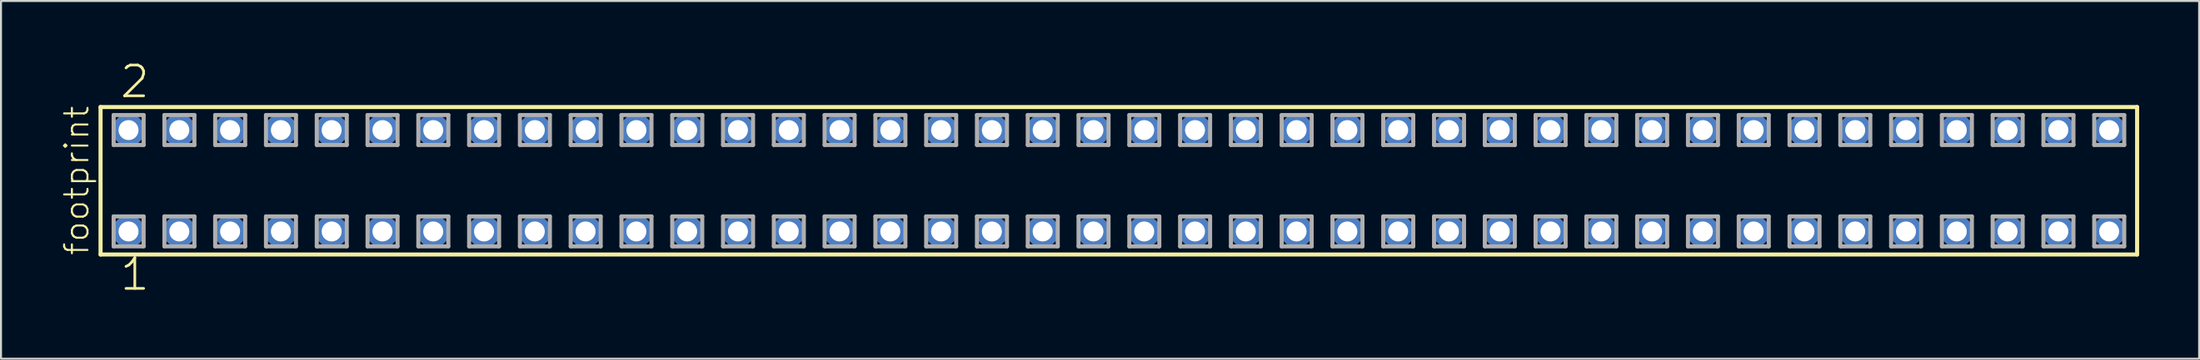
<source format=kicad_pcb>
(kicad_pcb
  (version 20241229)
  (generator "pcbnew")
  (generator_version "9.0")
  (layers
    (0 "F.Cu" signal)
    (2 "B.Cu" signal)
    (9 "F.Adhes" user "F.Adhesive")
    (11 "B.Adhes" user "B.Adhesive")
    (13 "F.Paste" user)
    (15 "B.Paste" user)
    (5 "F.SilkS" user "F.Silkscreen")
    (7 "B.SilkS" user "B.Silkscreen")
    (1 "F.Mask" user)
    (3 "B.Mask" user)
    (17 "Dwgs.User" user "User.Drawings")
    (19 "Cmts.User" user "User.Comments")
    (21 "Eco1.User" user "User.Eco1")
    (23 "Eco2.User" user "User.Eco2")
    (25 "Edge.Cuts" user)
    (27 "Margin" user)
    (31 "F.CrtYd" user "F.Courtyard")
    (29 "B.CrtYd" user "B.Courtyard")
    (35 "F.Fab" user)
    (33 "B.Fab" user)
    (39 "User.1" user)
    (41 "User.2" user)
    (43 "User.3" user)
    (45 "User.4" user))
  (footprint "footprint"
    (layer "F.Cu")
    (at 52.908 6.009)
    (property "Reference" "footprint" (at -51.435 3.81 90) (layer "F.SilkS") (effects (font (size 1.168 1.168) (thickness 0.102)) (justify left bottom)))
    (fp_line (start -50.929 -3.695) (end 50.929 -3.695) (stroke (width 0.203) (type solid)) (layer "F.SilkS"))
    (fp_line (start -50.929 3.695) (end -50.929 -3.695) (stroke (width 0.203) (type solid)) (layer "F.SilkS"))
    (fp_line (start 50.929 -3.695) (end 50.929 3.695) (stroke (width 0.203) (type solid)) (layer "F.SilkS"))
    (fp_line (start 50.929 3.695) (end -50.929 3.695) (stroke (width 0.203) (type solid)) (layer "F.SilkS"))
    (fp_line (start -50.275 -3.295) (end -48.775 -3.295) (stroke (width 0.203) (type solid)) (layer "F.Fab"))
    (fp_line (start -50.275 -1.795) (end -50.275 -3.295) (stroke (width 0.203) (type solid)) (layer "F.Fab"))
    (fp_line (start -50.275 1.785) (end -48.775 1.785) (stroke (width 0.203) (type solid)) (layer "F.Fab"))
    (fp_line (start -50.275 3.285) (end -50.275 1.785) (stroke (width 0.203) (type solid)) (layer "F.Fab"))
    (fp_line (start -48.775 -3.295) (end -48.775 -1.795) (stroke (width 0.203) (type solid)) (layer "F.Fab"))
    (fp_line (start -48.775 -1.795) (end -50.275 -1.795) (stroke (width 0.203) (type solid)) (layer "F.Fab"))
    (fp_line (start -48.775 1.785) (end -48.775 3.285) (stroke (width 0.203) (type solid)) (layer "F.Fab"))
    (fp_line (start -48.775 3.285) (end -50.275 3.285) (stroke (width 0.203) (type solid)) (layer "F.Fab"))
    (fp_line (start -47.735 -3.295) (end -46.235 -3.295) (stroke (width 0.203) (type solid)) (layer "F.Fab"))
    (fp_line (start -47.735 -1.795) (end -47.735 -3.295) (stroke (width 0.203) (type solid)) (layer "F.Fab"))
    (fp_line (start -47.735 1.785) (end -46.235 1.785) (stroke (width 0.203) (type solid)) (layer "F.Fab"))
    (fp_line (start -47.735 3.285) (end -47.735 1.785) (stroke (width 0.203) (type solid)) (layer "F.Fab"))
    (fp_line (start -46.235 -3.295) (end -46.235 -1.795) (stroke (width 0.203) (type solid)) (layer "F.Fab"))
    (fp_line (start -46.235 -1.795) (end -47.735 -1.795) (stroke (width 0.203) (type solid)) (layer "F.Fab"))
    (fp_line (start -46.235 1.785) (end -46.235 3.285) (stroke (width 0.203) (type solid)) (layer "F.Fab"))
    (fp_line (start -46.235 3.285) (end -47.735 3.285) (stroke (width 0.203) (type solid)) (layer "F.Fab"))
    (fp_line (start -45.195 -3.295) (end -43.695 -3.295) (stroke (width 0.203) (type solid)) (layer "F.Fab"))
    (fp_line (start -45.195 -1.795) (end -45.195 -3.295) (stroke (width 0.203) (type solid)) (layer "F.Fab"))
    (fp_line (start -45.195 1.785) (end -43.695 1.785) (stroke (width 0.203) (type solid)) (layer "F.Fab"))
    (fp_line (start -45.195 3.285) (end -45.195 1.785) (stroke (width 0.203) (type solid)) (layer "F.Fab"))
    (fp_line (start -43.695 -3.295) (end -43.695 -1.795) (stroke (width 0.203) (type solid)) (layer "F.Fab"))
    (fp_line (start -43.695 -1.795) (end -45.195 -1.795) (stroke (width 0.203) (type solid)) (layer "F.Fab"))
    (fp_line (start -43.695 1.785) (end -43.695 3.285) (stroke (width 0.203) (type solid)) (layer "F.Fab"))
    (fp_line (start -43.695 3.285) (end -45.195 3.285) (stroke (width 0.203) (type solid)) (layer "F.Fab"))
    (fp_line (start -42.655 -3.295) (end -41.155 -3.295) (stroke (width 0.203) (type solid)) (layer "F.Fab"))
    (fp_line (start -42.655 -1.795) (end -42.655 -3.295) (stroke (width 0.203) (type solid)) (layer "F.Fab"))
    (fp_line (start -42.655 1.785) (end -41.155 1.785) (stroke (width 0.203) (type solid)) (layer "F.Fab"))
    (fp_line (start -42.655 3.285) (end -42.655 1.785) (stroke (width 0.203) (type solid)) (layer "F.Fab"))
    (fp_line (start -41.155 -3.295) (end -41.155 -1.795) (stroke (width 0.203) (type solid)) (layer "F.Fab"))
    (fp_line (start -41.155 -1.795) (end -42.655 -1.795) (stroke (width 0.203) (type solid)) (layer "F.Fab"))
    (fp_line (start -41.155 1.785) (end -41.155 3.285) (stroke (width 0.203) (type solid)) (layer "F.Fab"))
    (fp_line (start -41.155 3.285) (end -42.655 3.285) (stroke (width 0.203) (type solid)) (layer "F.Fab"))
    (fp_line (start -40.115 -3.295) (end -38.615 -3.295) (stroke (width 0.203) (type solid)) (layer "F.Fab"))
    (fp_line (start -40.115 -1.795) (end -40.115 -3.295) (stroke (width 0.203) (type solid)) (layer "F.Fab"))
    (fp_line (start -40.115 1.785) (end -38.615 1.785) (stroke (width 0.203) (type solid)) (layer "F.Fab"))
    (fp_line (start -40.115 3.285) (end -40.115 1.785) (stroke (width 0.203) (type solid)) (layer "F.Fab"))
    (fp_line (start -38.615 -3.295) (end -38.615 -1.795) (stroke (width 0.203) (type solid)) (layer "F.Fab"))
    (fp_line (start -38.615 -1.795) (end -40.115 -1.795) (stroke (width 0.203) (type solid)) (layer "F.Fab"))
    (fp_line (start -38.615 1.785) (end -38.615 3.285) (stroke (width 0.203) (type solid)) (layer "F.Fab"))
    (fp_line (start -38.615 3.285) (end -40.115 3.285) (stroke (width 0.203) (type solid)) (layer "F.Fab"))
    (fp_line (start -37.575 -3.295) (end -36.075 -3.295) (stroke (width 0.203) (type solid)) (layer "F.Fab"))
    (fp_line (start -37.575 -1.795) (end -37.575 -3.295) (stroke (width 0.203) (type solid)) (layer "F.Fab"))
    (fp_line (start -37.575 1.785) (end -36.075 1.785) (stroke (width 0.203) (type solid)) (layer "F.Fab"))
    (fp_line (start -37.575 3.285) (end -37.575 1.785) (stroke (width 0.203) (type solid)) (layer "F.Fab"))
    (fp_line (start -36.075 -3.295) (end -36.075 -1.795) (stroke (width 0.203) (type solid)) (layer "F.Fab"))
    (fp_line (start -36.075 -1.795) (end -37.575 -1.795) (stroke (width 0.203) (type solid)) (layer "F.Fab"))
    (fp_line (start -36.075 1.785) (end -36.075 3.285) (stroke (width 0.203) (type solid)) (layer "F.Fab"))
    (fp_line (start -36.075 3.285) (end -37.575 3.285) (stroke (width 0.203) (type solid)) (layer "F.Fab"))
    (fp_line (start -35.035 -3.295) (end -33.535 -3.295) (stroke (width 0.203) (type solid)) (layer "F.Fab"))
    (fp_line (start -35.035 -1.795) (end -35.035 -3.295) (stroke (width 0.203) (type solid)) (layer "F.Fab"))
    (fp_line (start -35.035 1.785) (end -33.535 1.785) (stroke (width 0.203) (type solid)) (layer "F.Fab"))
    (fp_line (start -35.035 3.285) (end -35.035 1.785) (stroke (width 0.203) (type solid)) (layer "F.Fab"))
    (fp_line (start -33.535 -3.295) (end -33.535 -1.795) (stroke (width 0.203) (type solid)) (layer "F.Fab"))
    (fp_line (start -33.535 -1.795) (end -35.035 -1.795) (stroke (width 0.203) (type solid)) (layer "F.Fab"))
    (fp_line (start -33.535 1.785) (end -33.535 3.285) (stroke (width 0.203) (type solid)) (layer "F.Fab"))
    (fp_line (start -33.535 3.285) (end -35.035 3.285) (stroke (width 0.203) (type solid)) (layer "F.Fab"))
    (fp_line (start -32.495 -3.295) (end -30.995 -3.295) (stroke (width 0.203) (type solid)) (layer "F.Fab"))
    (fp_line (start -32.495 -1.795) (end -32.495 -3.295) (stroke (width 0.203) (type solid)) (layer "F.Fab"))
    (fp_line (start -32.495 1.785) (end -30.995 1.785) (stroke (width 0.203) (type solid)) (layer "F.Fab"))
    (fp_line (start -32.495 3.285) (end -32.495 1.785) (stroke (width 0.203) (type solid)) (layer "F.Fab"))
    (fp_line (start -30.995 -3.295) (end -30.995 -1.795) (stroke (width 0.203) (type solid)) (layer "F.Fab"))
    (fp_line (start -30.995 -1.795) (end -32.495 -1.795) (stroke (width 0.203) (type solid)) (layer "F.Fab"))
    (fp_line (start -30.995 1.785) (end -30.995 3.285) (stroke (width 0.203) (type solid)) (layer "F.Fab"))
    (fp_line (start -30.995 3.285) (end -32.495 3.285) (stroke (width 0.203) (type solid)) (layer "F.Fab"))
    (fp_line (start -29.955 -3.295) (end -28.455 -3.295) (stroke (width 0.203) (type solid)) (layer "F.Fab"))
    (fp_line (start -29.955 -1.795) (end -29.955 -3.295) (stroke (width 0.203) (type solid)) (layer "F.Fab"))
    (fp_line (start -29.955 1.785) (end -28.455 1.785) (stroke (width 0.203) (type solid)) (layer "F.Fab"))
    (fp_line (start -29.955 3.285) (end -29.955 1.785) (stroke (width 0.203) (type solid)) (layer "F.Fab"))
    (fp_line (start -28.455 -3.295) (end -28.455 -1.795) (stroke (width 0.203) (type solid)) (layer "F.Fab"))
    (fp_line (start -28.455 -1.795) (end -29.955 -1.795) (stroke (width 0.203) (type solid)) (layer "F.Fab"))
    (fp_line (start -28.455 1.785) (end -28.455 3.285) (stroke (width 0.203) (type solid)) (layer "F.Fab"))
    (fp_line (start -28.455 3.285) (end -29.955 3.285) (stroke (width 0.203) (type solid)) (layer "F.Fab"))
    (fp_line (start -27.415 -3.295) (end -25.915 -3.295) (stroke (width 0.203) (type solid)) (layer "F.Fab"))
    (fp_line (start -27.415 -1.795) (end -27.415 -3.295) (stroke (width 0.203) (type solid)) (layer "F.Fab"))
    (fp_line (start -27.415 1.785) (end -25.915 1.785) (stroke (width 0.203) (type solid)) (layer "F.Fab"))
    (fp_line (start -27.415 3.285) (end -27.415 1.785) (stroke (width 0.203) (type solid)) (layer "F.Fab"))
    (fp_line (start -25.915 -3.295) (end -25.915 -1.795) (stroke (width 0.203) (type solid)) (layer "F.Fab"))
    (fp_line (start -25.915 -1.795) (end -27.415 -1.795) (stroke (width 0.203) (type solid)) (layer "F.Fab"))
    (fp_line (start -25.915 1.785) (end -25.915 3.285) (stroke (width 0.203) (type solid)) (layer "F.Fab"))
    (fp_line (start -25.915 3.285) (end -27.415 3.285) (stroke (width 0.203) (type solid)) (layer "F.Fab"))
    (fp_line (start -24.875 -3.295) (end -23.375 -3.295) (stroke (width 0.203) (type solid)) (layer "F.Fab"))
    (fp_line (start -24.875 -1.795) (end -24.875 -3.295) (stroke (width 0.203) (type solid)) (layer "F.Fab"))
    (fp_line (start -24.875 1.785) (end -23.375 1.785) (stroke (width 0.203) (type solid)) (layer "F.Fab"))
    (fp_line (start -24.875 3.285) (end -24.875 1.785) (stroke (width 0.203) (type solid)) (layer "F.Fab"))
    (fp_line (start -23.375 -3.295) (end -23.375 -1.795) (stroke (width 0.203) (type solid)) (layer "F.Fab"))
    (fp_line (start -23.375 -1.795) (end -24.875 -1.795) (stroke (width 0.203) (type solid)) (layer "F.Fab"))
    (fp_line (start -23.375 1.785) (end -23.375 3.285) (stroke (width 0.203) (type solid)) (layer "F.Fab"))
    (fp_line (start -23.375 3.285) (end -24.875 3.285) (stroke (width 0.203) (type solid)) (layer "F.Fab"))
    (fp_line (start -22.335 -3.295) (end -20.835 -3.295) (stroke (width 0.203) (type solid)) (layer "F.Fab"))
    (fp_line (start -22.335 -1.795) (end -22.335 -3.295) (stroke (width 0.203) (type solid)) (layer "F.Fab"))
    (fp_line (start -22.335 1.785) (end -20.835 1.785) (stroke (width 0.203) (type solid)) (layer "F.Fab"))
    (fp_line (start -22.335 3.285) (end -22.335 1.785) (stroke (width 0.203) (type solid)) (layer "F.Fab"))
    (fp_line (start -20.835 -3.295) (end -20.835 -1.795) (stroke (width 0.203) (type solid)) (layer "F.Fab"))
    (fp_line (start -20.835 -1.795) (end -22.335 -1.795) (stroke (width 0.203) (type solid)) (layer "F.Fab"))
    (fp_line (start -20.835 1.785) (end -20.835 3.285) (stroke (width 0.203) (type solid)) (layer "F.Fab"))
    (fp_line (start -20.835 3.285) (end -22.335 3.285) (stroke (width 0.203) (type solid)) (layer "F.Fab"))
    (fp_line (start -19.795 -3.295) (end -18.295 -3.295) (stroke (width 0.203) (type solid)) (layer "F.Fab"))
    (fp_line (start -19.795 -1.795) (end -19.795 -3.295) (stroke (width 0.203) (type solid)) (layer "F.Fab"))
    (fp_line (start -19.795 1.785) (end -18.295 1.785) (stroke (width 0.203) (type solid)) (layer "F.Fab"))
    (fp_line (start -19.795 3.285) (end -19.795 1.785) (stroke (width 0.203) (type solid)) (layer "F.Fab"))
    (fp_line (start -18.295 -3.295) (end -18.295 -1.795) (stroke (width 0.203) (type solid)) (layer "F.Fab"))
    (fp_line (start -18.295 -1.795) (end -19.795 -1.795) (stroke (width 0.203) (type solid)) (layer "F.Fab"))
    (fp_line (start -18.295 1.785) (end -18.295 3.285) (stroke (width 0.203) (type solid)) (layer "F.Fab"))
    (fp_line (start -18.295 3.285) (end -19.795 3.285) (stroke (width 0.203) (type solid)) (layer "F.Fab"))
    (fp_line (start -17.255 -3.295) (end -15.755 -3.295) (stroke (width 0.203) (type solid)) (layer "F.Fab"))
    (fp_line (start -17.255 -1.795) (end -17.255 -3.295) (stroke (width 0.203) (type solid)) (layer "F.Fab"))
    (fp_line (start -17.255 1.785) (end -15.755 1.785) (stroke (width 0.203) (type solid)) (layer "F.Fab"))
    (fp_line (start -17.255 3.285) (end -17.255 1.785) (stroke (width 0.203) (type solid)) (layer "F.Fab"))
    (fp_line (start -15.755 -3.295) (end -15.755 -1.795) (stroke (width 0.203) (type solid)) (layer "F.Fab"))
    (fp_line (start -15.755 -1.795) (end -17.255 -1.795) (stroke (width 0.203) (type solid)) (layer "F.Fab"))
    (fp_line (start -15.755 1.785) (end -15.755 3.285) (stroke (width 0.203) (type solid)) (layer "F.Fab"))
    (fp_line (start -15.755 3.285) (end -17.255 3.285) (stroke (width 0.203) (type solid)) (layer "F.Fab"))
    (fp_line (start -14.715 -3.295) (end -13.215 -3.295) (stroke (width 0.203) (type solid)) (layer "F.Fab"))
    (fp_line (start -14.715 -1.795) (end -14.715 -3.295) (stroke (width 0.203) (type solid)) (layer "F.Fab"))
    (fp_line (start -14.715 1.785) (end -13.215 1.785) (stroke (width 0.203) (type solid)) (layer "F.Fab"))
    (fp_line (start -14.715 3.285) (end -14.715 1.785) (stroke (width 0.203) (type solid)) (layer "F.Fab"))
    (fp_line (start -13.215 -3.295) (end -13.215 -1.795) (stroke (width 0.203) (type solid)) (layer "F.Fab"))
    (fp_line (start -13.215 -1.795) (end -14.715 -1.795) (stroke (width 0.203) (type solid)) (layer "F.Fab"))
    (fp_line (start -13.215 1.785) (end -13.215 3.285) (stroke (width 0.203) (type solid)) (layer "F.Fab"))
    (fp_line (start -13.215 3.285) (end -14.715 3.285) (stroke (width 0.203) (type solid)) (layer "F.Fab"))
    (fp_line (start -12.175 -3.295) (end -10.675 -3.295) (stroke (width 0.203) (type solid)) (layer "F.Fab"))
    (fp_line (start -12.175 -1.795) (end -12.175 -3.295) (stroke (width 0.203) (type solid)) (layer "F.Fab"))
    (fp_line (start -12.175 1.785) (end -10.675 1.785) (stroke (width 0.203) (type solid)) (layer "F.Fab"))
    (fp_line (start -12.175 3.285) (end -12.175 1.785) (stroke (width 0.203) (type solid)) (layer "F.Fab"))
    (fp_line (start -10.675 -3.295) (end -10.675 -1.795) (stroke (width 0.203) (type solid)) (layer "F.Fab"))
    (fp_line (start -10.675 -1.795) (end -12.175 -1.795) (stroke (width 0.203) (type solid)) (layer "F.Fab"))
    (fp_line (start -10.675 1.785) (end -10.675 3.285) (stroke (width 0.203) (type solid)) (layer "F.Fab"))
    (fp_line (start -10.675 3.285) (end -12.175 3.285) (stroke (width 0.203) (type solid)) (layer "F.Fab"))
    (fp_line (start -9.635 -3.295) (end -8.135 -3.295) (stroke (width 0.203) (type solid)) (layer "F.Fab"))
    (fp_line (start -9.635 -1.795) (end -9.635 -3.295) (stroke (width 0.203) (type solid)) (layer "F.Fab"))
    (fp_line (start -9.635 1.785) (end -8.135 1.785) (stroke (width 0.203) (type solid)) (layer "F.Fab"))
    (fp_line (start -9.635 3.285) (end -9.635 1.785) (stroke (width 0.203) (type solid)) (layer "F.Fab"))
    (fp_line (start -8.135 -3.295) (end -8.135 -1.795) (stroke (width 0.203) (type solid)) (layer "F.Fab"))
    (fp_line (start -8.135 -1.795) (end -9.635 -1.795) (stroke (width 0.203) (type solid)) (layer "F.Fab"))
    (fp_line (start -8.135 1.785) (end -8.135 3.285) (stroke (width 0.203) (type solid)) (layer "F.Fab"))
    (fp_line (start -8.135 3.285) (end -9.635 3.285) (stroke (width 0.203) (type solid)) (layer "F.Fab"))
    (fp_line (start -7.095 -3.295) (end -5.595 -3.295) (stroke (width 0.203) (type solid)) (layer "F.Fab"))
    (fp_line (start -7.095 -1.795) (end -7.095 -3.295) (stroke (width 0.203) (type solid)) (layer "F.Fab"))
    (fp_line (start -7.095 1.785) (end -5.595 1.785) (stroke (width 0.203) (type solid)) (layer "F.Fab"))
    (fp_line (start -7.095 3.285) (end -7.095 1.785) (stroke (width 0.203) (type solid)) (layer "F.Fab"))
    (fp_line (start -5.595 -3.295) (end -5.595 -1.795) (stroke (width 0.203) (type solid)) (layer "F.Fab"))
    (fp_line (start -5.595 -1.795) (end -7.095 -1.795) (stroke (width 0.203) (type solid)) (layer "F.Fab"))
    (fp_line (start -5.595 1.785) (end -5.595 3.285) (stroke (width 0.203) (type solid)) (layer "F.Fab"))
    (fp_line (start -5.595 3.285) (end -7.095 3.285) (stroke (width 0.203) (type solid)) (layer "F.Fab"))
    (fp_line (start -4.555 -3.295) (end -3.055 -3.295) (stroke (width 0.203) (type solid)) (layer "F.Fab"))
    (fp_line (start -4.555 -1.795) (end -4.555 -3.295) (stroke (width 0.203) (type solid)) (layer "F.Fab"))
    (fp_line (start -4.555 1.785) (end -3.055 1.785) (stroke (width 0.203) (type solid)) (layer "F.Fab"))
    (fp_line (start -4.555 3.285) (end -4.555 1.785) (stroke (width 0.203) (type solid)) (layer "F.Fab"))
    (fp_line (start -3.055 -3.295) (end -3.055 -1.795) (stroke (width 0.203) (type solid)) (layer "F.Fab"))
    (fp_line (start -3.055 -1.795) (end -4.555 -1.795) (stroke (width 0.203) (type solid)) (layer "F.Fab"))
    (fp_line (start -3.055 1.785) (end -3.055 3.285) (stroke (width 0.203) (type solid)) (layer "F.Fab"))
    (fp_line (start -3.055 3.285) (end -4.555 3.285) (stroke (width 0.203) (type solid)) (layer "F.Fab"))
    (fp_line (start -2.015 -3.295) (end -0.515 -3.295) (stroke (width 0.203) (type solid)) (layer "F.Fab"))
    (fp_line (start -2.015 -1.795) (end -2.015 -3.295) (stroke (width 0.203) (type solid)) (layer "F.Fab"))
    (fp_line (start -2.015 1.785) (end -0.515 1.785) (stroke (width 0.203) (type solid)) (layer "F.Fab"))
    (fp_line (start -2.015 3.285) (end -2.015 1.785) (stroke (width 0.203) (type solid)) (layer "F.Fab"))
    (fp_line (start -0.515 -3.295) (end -0.515 -1.795) (stroke (width 0.203) (type solid)) (layer "F.Fab"))
    (fp_line (start -0.515 -1.795) (end -2.015 -1.795) (stroke (width 0.203) (type solid)) (layer "F.Fab"))
    (fp_line (start -0.515 1.785) (end -0.515 3.285) (stroke (width 0.203) (type solid)) (layer "F.Fab"))
    (fp_line (start -0.515 3.285) (end -2.015 3.285) (stroke (width 0.203) (type solid)) (layer "F.Fab"))
    (fp_line (start 0.525 -3.295) (end 2.025 -3.295) (stroke (width 0.203) (type solid)) (layer "F.Fab"))
    (fp_line (start 0.525 -1.795) (end 0.525 -3.295) (stroke (width 0.203) (type solid)) (layer "F.Fab"))
    (fp_line (start 0.525 1.785) (end 2.025 1.785) (stroke (width 0.203) (type solid)) (layer "F.Fab"))
    (fp_line (start 0.525 3.285) (end 0.525 1.785) (stroke (width 0.203) (type solid)) (layer "F.Fab"))
    (fp_line (start 2.025 -3.295) (end 2.025 -1.795) (stroke (width 0.203) (type solid)) (layer "F.Fab"))
    (fp_line (start 2.025 -1.795) (end 0.525 -1.795) (stroke (width 0.203) (type solid)) (layer "F.Fab"))
    (fp_line (start 2.025 1.785) (end 2.025 3.285) (stroke (width 0.203) (type solid)) (layer "F.Fab"))
    (fp_line (start 2.025 3.285) (end 0.525 3.285) (stroke (width 0.203) (type solid)) (layer "F.Fab"))
    (fp_line (start 3.065 -3.295) (end 4.565 -3.295) (stroke (width 0.203) (type solid)) (layer "F.Fab"))
    (fp_line (start 3.065 -1.795) (end 3.065 -3.295) (stroke (width 0.203) (type solid)) (layer "F.Fab"))
    (fp_line (start 3.065 1.785) (end 4.565 1.785) (stroke (width 0.203) (type solid)) (layer "F.Fab"))
    (fp_line (start 3.065 3.285) (end 3.065 1.785) (stroke (width 0.203) (type solid)) (layer "F.Fab"))
    (fp_line (start 4.565 -3.295) (end 4.565 -1.795) (stroke (width 0.203) (type solid)) (layer "F.Fab"))
    (fp_line (start 4.565 -1.795) (end 3.065 -1.795) (stroke (width 0.203) (type solid)) (layer "F.Fab"))
    (fp_line (start 4.565 1.785) (end 4.565 3.285) (stroke (width 0.203) (type solid)) (layer "F.Fab"))
    (fp_line (start 4.565 3.285) (end 3.065 3.285) (stroke (width 0.203) (type solid)) (layer "F.Fab"))
    (fp_line (start 5.605 -3.295) (end 7.105 -3.295) (stroke (width 0.203) (type solid)) (layer "F.Fab"))
    (fp_line (start 5.605 -1.795) (end 5.605 -3.295) (stroke (width 0.203) (type solid)) (layer "F.Fab"))
    (fp_line (start 5.605 1.785) (end 7.105 1.785) (stroke (width 0.203) (type solid)) (layer "F.Fab"))
    (fp_line (start 5.605 3.285) (end 5.605 1.785) (stroke (width 0.203) (type solid)) (layer "F.Fab"))
    (fp_line (start 7.105 -3.295) (end 7.105 -1.795) (stroke (width 0.203) (type solid)) (layer "F.Fab"))
    (fp_line (start 7.105 -1.795) (end 5.605 -1.795) (stroke (width 0.203) (type solid)) (layer "F.Fab"))
    (fp_line (start 7.105 1.785) (end 7.105 3.285) (stroke (width 0.203) (type solid)) (layer "F.Fab"))
    (fp_line (start 7.105 3.285) (end 5.605 3.285) (stroke (width 0.203) (type solid)) (layer "F.Fab"))
    (fp_line (start 8.145 -3.295) (end 9.645 -3.295) (stroke (width 0.203) (type solid)) (layer "F.Fab"))
    (fp_line (start 8.145 -1.795) (end 8.145 -3.295) (stroke (width 0.203) (type solid)) (layer "F.Fab"))
    (fp_line (start 8.145 1.785) (end 9.645 1.785) (stroke (width 0.203) (type solid)) (layer "F.Fab"))
    (fp_line (start 8.145 3.285) (end 8.145 1.785) (stroke (width 0.203) (type solid)) (layer "F.Fab"))
    (fp_line (start 9.645 -3.295) (end 9.645 -1.795) (stroke (width 0.203) (type solid)) (layer "F.Fab"))
    (fp_line (start 9.645 -1.795) (end 8.145 -1.795) (stroke (width 0.203) (type solid)) (layer "F.Fab"))
    (fp_line (start 9.645 1.785) (end 9.645 3.285) (stroke (width 0.203) (type solid)) (layer "F.Fab"))
    (fp_line (start 9.645 3.285) (end 8.145 3.285) (stroke (width 0.203) (type solid)) (layer "F.Fab"))
    (fp_line (start 10.685 -3.295) (end 12.185 -3.295) (stroke (width 0.203) (type solid)) (layer "F.Fab"))
    (fp_line (start 10.685 -1.795) (end 10.685 -3.295) (stroke (width 0.203) (type solid)) (layer "F.Fab"))
    (fp_line (start 10.685 1.785) (end 12.185 1.785) (stroke (width 0.203) (type solid)) (layer "F.Fab"))
    (fp_line (start 10.685 3.285) (end 10.685 1.785) (stroke (width 0.203) (type solid)) (layer "F.Fab"))
    (fp_line (start 12.185 -3.295) (end 12.185 -1.795) (stroke (width 0.203) (type solid)) (layer "F.Fab"))
    (fp_line (start 12.185 -1.795) (end 10.685 -1.795) (stroke (width 0.203) (type solid)) (layer "F.Fab"))
    (fp_line (start 12.185 1.785) (end 12.185 3.285) (stroke (width 0.203) (type solid)) (layer "F.Fab"))
    (fp_line (start 12.185 3.285) (end 10.685 3.285) (stroke (width 0.203) (type solid)) (layer "F.Fab"))
    (fp_line (start 13.225 -3.295) (end 14.725 -3.295) (stroke (width 0.203) (type solid)) (layer "F.Fab"))
    (fp_line (start 13.225 -1.795) (end 13.225 -3.295) (stroke (width 0.203) (type solid)) (layer "F.Fab"))
    (fp_line (start 13.225 1.785) (end 14.725 1.785) (stroke (width 0.203) (type solid)) (layer "F.Fab"))
    (fp_line (start 13.225 3.285) (end 13.225 1.785) (stroke (width 0.203) (type solid)) (layer "F.Fab"))
    (fp_line (start 14.725 -3.295) (end 14.725 -1.795) (stroke (width 0.203) (type solid)) (layer "F.Fab"))
    (fp_line (start 14.725 -1.795) (end 13.225 -1.795) (stroke (width 0.203) (type solid)) (layer "F.Fab"))
    (fp_line (start 14.725 1.785) (end 14.725 3.285) (stroke (width 0.203) (type solid)) (layer "F.Fab"))
    (fp_line (start 14.725 3.285) (end 13.225 3.285) (stroke (width 0.203) (type solid)) (layer "F.Fab"))
    (fp_line (start 15.765 -3.295) (end 17.265 -3.295) (stroke (width 0.203) (type solid)) (layer "F.Fab"))
    (fp_line (start 15.765 -1.795) (end 15.765 -3.295) (stroke (width 0.203) (type solid)) (layer "F.Fab"))
    (fp_line (start 15.765 1.785) (end 17.265 1.785) (stroke (width 0.203) (type solid)) (layer "F.Fab"))
    (fp_line (start 15.765 3.285) (end 15.765 1.785) (stroke (width 0.203) (type solid)) (layer "F.Fab"))
    (fp_line (start 17.265 -3.295) (end 17.265 -1.795) (stroke (width 0.203) (type solid)) (layer "F.Fab"))
    (fp_line (start 17.265 -1.795) (end 15.765 -1.795) (stroke (width 0.203) (type solid)) (layer "F.Fab"))
    (fp_line (start 17.265 1.785) (end 17.265 3.285) (stroke (width 0.203) (type solid)) (layer "F.Fab"))
    (fp_line (start 17.265 3.285) (end 15.765 3.285) (stroke (width 0.203) (type solid)) (layer "F.Fab"))
    (fp_line (start 18.305 -3.295) (end 19.805 -3.295) (stroke (width 0.203) (type solid)) (layer "F.Fab"))
    (fp_line (start 18.305 -1.795) (end 18.305 -3.295) (stroke (width 0.203) (type solid)) (layer "F.Fab"))
    (fp_line (start 18.305 1.785) (end 19.805 1.785) (stroke (width 0.203) (type solid)) (layer "F.Fab"))
    (fp_line (start 18.305 3.285) (end 18.305 1.785) (stroke (width 0.203) (type solid)) (layer "F.Fab"))
    (fp_line (start 19.805 -3.295) (end 19.805 -1.795) (stroke (width 0.203) (type solid)) (layer "F.Fab"))
    (fp_line (start 19.805 -1.795) (end 18.305 -1.795) (stroke (width 0.203) (type solid)) (layer "F.Fab"))
    (fp_line (start 19.805 1.785) (end 19.805 3.285) (stroke (width 0.203) (type solid)) (layer "F.Fab"))
    (fp_line (start 19.805 3.285) (end 18.305 3.285) (stroke (width 0.203) (type solid)) (layer "F.Fab"))
    (fp_line (start 20.845 -3.295) (end 22.345 -3.295) (stroke (width 0.203) (type solid)) (layer "F.Fab"))
    (fp_line (start 20.845 -1.795) (end 20.845 -3.295) (stroke (width 0.203) (type solid)) (layer "F.Fab"))
    (fp_line (start 20.845 1.785) (end 22.345 1.785) (stroke (width 0.203) (type solid)) (layer "F.Fab"))
    (fp_line (start 20.845 3.285) (end 20.845 1.785) (stroke (width 0.203) (type solid)) (layer "F.Fab"))
    (fp_line (start 22.345 -3.295) (end 22.345 -1.795) (stroke (width 0.203) (type solid)) (layer "F.Fab"))
    (fp_line (start 22.345 -1.795) (end 20.845 -1.795) (stroke (width 0.203) (type solid)) (layer "F.Fab"))
    (fp_line (start 22.345 1.785) (end 22.345 3.285) (stroke (width 0.203) (type solid)) (layer "F.Fab"))
    (fp_line (start 22.345 3.285) (end 20.845 3.285) (stroke (width 0.203) (type solid)) (layer "F.Fab"))
    (fp_line (start 23.385 -3.295) (end 24.885 -3.295) (stroke (width 0.203) (type solid)) (layer "F.Fab"))
    (fp_line (start 23.385 -1.795) (end 23.385 -3.295) (stroke (width 0.203) (type solid)) (layer "F.Fab"))
    (fp_line (start 23.385 1.785) (end 24.885 1.785) (stroke (width 0.203) (type solid)) (layer "F.Fab"))
    (fp_line (start 23.385 3.285) (end 23.385 1.785) (stroke (width 0.203) (type solid)) (layer "F.Fab"))
    (fp_line (start 24.885 -3.295) (end 24.885 -1.795) (stroke (width 0.203) (type solid)) (layer "F.Fab"))
    (fp_line (start 24.885 -1.795) (end 23.385 -1.795) (stroke (width 0.203) (type solid)) (layer "F.Fab"))
    (fp_line (start 24.885 1.785) (end 24.885 3.285) (stroke (width 0.203) (type solid)) (layer "F.Fab"))
    (fp_line (start 24.885 3.285) (end 23.385 3.285) (stroke (width 0.203) (type solid)) (layer "F.Fab"))
    (fp_line (start 25.925 -3.295) (end 27.425 -3.295) (stroke (width 0.203) (type solid)) (layer "F.Fab"))
    (fp_line (start 25.925 -1.795) (end 25.925 -3.295) (stroke (width 0.203) (type solid)) (layer "F.Fab"))
    (fp_line (start 25.925 1.785) (end 27.425 1.785) (stroke (width 0.203) (type solid)) (layer "F.Fab"))
    (fp_line (start 25.925 3.285) (end 25.925 1.785) (stroke (width 0.203) (type solid)) (layer "F.Fab"))
    (fp_line (start 27.425 -3.295) (end 27.425 -1.795) (stroke (width 0.203) (type solid)) (layer "F.Fab"))
    (fp_line (start 27.425 -1.795) (end 25.925 -1.795) (stroke (width 0.203) (type solid)) (layer "F.Fab"))
    (fp_line (start 27.425 1.785) (end 27.425 3.285) (stroke (width 0.203) (type solid)) (layer "F.Fab"))
    (fp_line (start 27.425 3.285) (end 25.925 3.285) (stroke (width 0.203) (type solid)) (layer "F.Fab"))
    (fp_line (start 28.465 -3.295) (end 29.965 -3.295) (stroke (width 0.203) (type solid)) (layer "F.Fab"))
    (fp_line (start 28.465 -1.795) (end 28.465 -3.295) (stroke (width 0.203) (type solid)) (layer "F.Fab"))
    (fp_line (start 28.465 1.785) (end 29.965 1.785) (stroke (width 0.203) (type solid)) (layer "F.Fab"))
    (fp_line (start 28.465 3.285) (end 28.465 1.785) (stroke (width 0.203) (type solid)) (layer "F.Fab"))
    (fp_line (start 29.965 -3.295) (end 29.965 -1.795) (stroke (width 0.203) (type solid)) (layer "F.Fab"))
    (fp_line (start 29.965 -1.795) (end 28.465 -1.795) (stroke (width 0.203) (type solid)) (layer "F.Fab"))
    (fp_line (start 29.965 1.785) (end 29.965 3.285) (stroke (width 0.203) (type solid)) (layer "F.Fab"))
    (fp_line (start 29.965 3.285) (end 28.465 3.285) (stroke (width 0.203) (type solid)) (layer "F.Fab"))
    (fp_line (start 31.005 -3.295) (end 32.505 -3.295) (stroke (width 0.203) (type solid)) (layer "F.Fab"))
    (fp_line (start 31.005 -1.795) (end 31.005 -3.295) (stroke (width 0.203) (type solid)) (layer "F.Fab"))
    (fp_line (start 31.005 1.785) (end 32.505 1.785) (stroke (width 0.203) (type solid)) (layer "F.Fab"))
    (fp_line (start 31.005 3.285) (end 31.005 1.785) (stroke (width 0.203) (type solid)) (layer "F.Fab"))
    (fp_line (start 32.505 -3.295) (end 32.505 -1.795) (stroke (width 0.203) (type solid)) (layer "F.Fab"))
    (fp_line (start 32.505 -1.795) (end 31.005 -1.795) (stroke (width 0.203) (type solid)) (layer "F.Fab"))
    (fp_line (start 32.505 1.785) (end 32.505 3.285) (stroke (width 0.203) (type solid)) (layer "F.Fab"))
    (fp_line (start 32.505 3.285) (end 31.005 3.285) (stroke (width 0.203) (type solid)) (layer "F.Fab"))
    (fp_line (start 33.545 -3.295) (end 35.045 -3.295) (stroke (width 0.203) (type solid)) (layer "F.Fab"))
    (fp_line (start 33.545 -1.795) (end 33.545 -3.295) (stroke (width 0.203) (type solid)) (layer "F.Fab"))
    (fp_line (start 33.545 1.785) (end 35.045 1.785) (stroke (width 0.203) (type solid)) (layer "F.Fab"))
    (fp_line (start 33.545 3.285) (end 33.545 1.785) (stroke (width 0.203) (type solid)) (layer "F.Fab"))
    (fp_line (start 35.045 -3.295) (end 35.045 -1.795) (stroke (width 0.203) (type solid)) (layer "F.Fab"))
    (fp_line (start 35.045 -1.795) (end 33.545 -1.795) (stroke (width 0.203) (type solid)) (layer "F.Fab"))
    (fp_line (start 35.045 1.785) (end 35.045 3.285) (stroke (width 0.203) (type solid)) (layer "F.Fab"))
    (fp_line (start 35.045 3.285) (end 33.545 3.285) (stroke (width 0.203) (type solid)) (layer "F.Fab"))
    (fp_line (start 36.085 -3.295) (end 37.585 -3.295) (stroke (width 0.203) (type solid)) (layer "F.Fab"))
    (fp_line (start 36.085 -1.795) (end 36.085 -3.295) (stroke (width 0.203) (type solid)) (layer "F.Fab"))
    (fp_line (start 36.085 1.785) (end 37.585 1.785) (stroke (width 0.203) (type solid)) (layer "F.Fab"))
    (fp_line (start 36.085 3.285) (end 36.085 1.785) (stroke (width 0.203) (type solid)) (layer "F.Fab"))
    (fp_line (start 37.585 -3.295) (end 37.585 -1.795) (stroke (width 0.203) (type solid)) (layer "F.Fab"))
    (fp_line (start 37.585 -1.795) (end 36.085 -1.795) (stroke (width 0.203) (type solid)) (layer "F.Fab"))
    (fp_line (start 37.585 1.785) (end 37.585 3.285) (stroke (width 0.203) (type solid)) (layer "F.Fab"))
    (fp_line (start 37.585 3.285) (end 36.085 3.285) (stroke (width 0.203) (type solid)) (layer "F.Fab"))
    (fp_line (start 38.625 -3.295) (end 40.125 -3.295) (stroke (width 0.203) (type solid)) (layer "F.Fab"))
    (fp_line (start 38.625 -1.795) (end 38.625 -3.295) (stroke (width 0.203) (type solid)) (layer "F.Fab"))
    (fp_line (start 38.625 1.785) (end 40.125 1.785) (stroke (width 0.203) (type solid)) (layer "F.Fab"))
    (fp_line (start 38.625 3.285) (end 38.625 1.785) (stroke (width 0.203) (type solid)) (layer "F.Fab"))
    (fp_line (start 40.125 -3.295) (end 40.125 -1.795) (stroke (width 0.203) (type solid)) (layer "F.Fab"))
    (fp_line (start 40.125 -1.795) (end 38.625 -1.795) (stroke (width 0.203) (type solid)) (layer "F.Fab"))
    (fp_line (start 40.125 1.785) (end 40.125 3.285) (stroke (width 0.203) (type solid)) (layer "F.Fab"))
    (fp_line (start 40.125 3.285) (end 38.625 3.285) (stroke (width 0.203) (type solid)) (layer "F.Fab"))
    (fp_line (start 41.165 -3.295) (end 42.665 -3.295) (stroke (width 0.203) (type solid)) (layer "F.Fab"))
    (fp_line (start 41.165 -1.795) (end 41.165 -3.295) (stroke (width 0.203) (type solid)) (layer "F.Fab"))
    (fp_line (start 41.165 1.785) (end 42.665 1.785) (stroke (width 0.203) (type solid)) (layer "F.Fab"))
    (fp_line (start 41.165 3.285) (end 41.165 1.785) (stroke (width 0.203) (type solid)) (layer "F.Fab"))
    (fp_line (start 42.665 -3.295) (end 42.665 -1.795) (stroke (width 0.203) (type solid)) (layer "F.Fab"))
    (fp_line (start 42.665 -1.795) (end 41.165 -1.795) (stroke (width 0.203) (type solid)) (layer "F.Fab"))
    (fp_line (start 42.665 1.785) (end 42.665 3.285) (stroke (width 0.203) (type solid)) (layer "F.Fab"))
    (fp_line (start 42.665 3.285) (end 41.165 3.285) (stroke (width 0.203) (type solid)) (layer "F.Fab"))
    (fp_line (start 43.705 -3.295) (end 45.205 -3.295) (stroke (width 0.203) (type solid)) (layer "F.Fab"))
    (fp_line (start 43.705 -1.795) (end 43.705 -3.295) (stroke (width 0.203) (type solid)) (layer "F.Fab"))
    (fp_line (start 43.705 1.785) (end 45.205 1.785) (stroke (width 0.203) (type solid)) (layer "F.Fab"))
    (fp_line (start 43.705 3.285) (end 43.705 1.785) (stroke (width 0.203) (type solid)) (layer "F.Fab"))
    (fp_line (start 45.205 -3.295) (end 45.205 -1.795) (stroke (width 0.203) (type solid)) (layer "F.Fab"))
    (fp_line (start 45.205 -1.795) (end 43.705 -1.795) (stroke (width 0.203) (type solid)) (layer "F.Fab"))
    (fp_line (start 45.205 1.785) (end 45.205 3.285) (stroke (width 0.203) (type solid)) (layer "F.Fab"))
    (fp_line (start 45.205 3.285) (end 43.705 3.285) (stroke (width 0.203) (type solid)) (layer "F.Fab"))
    (fp_line (start 46.245 -3.295) (end 47.745 -3.295) (stroke (width 0.203) (type solid)) (layer "F.Fab"))
    (fp_line (start 46.245 -1.795) (end 46.245 -3.295) (stroke (width 0.203) (type solid)) (layer "F.Fab"))
    (fp_line (start 46.245 1.785) (end 47.745 1.785) (stroke (width 0.203) (type solid)) (layer "F.Fab"))
    (fp_line (start 46.245 3.285) (end 46.245 1.785) (stroke (width 0.203) (type solid)) (layer "F.Fab"))
    (fp_line (start 47.745 -3.295) (end 47.745 -1.795) (stroke (width 0.203) (type solid)) (layer "F.Fab"))
    (fp_line (start 47.745 -1.795) (end 46.245 -1.795) (stroke (width 0.203) (type solid)) (layer "F.Fab"))
    (fp_line (start 47.745 1.785) (end 47.745 3.285) (stroke (width 0.203) (type solid)) (layer "F.Fab"))
    (fp_line (start 47.745 3.285) (end 46.245 3.285) (stroke (width 0.203) (type solid)) (layer "F.Fab"))
    (fp_line (start 48.785 -3.295) (end 50.285 -3.295) (stroke (width 0.203) (type solid)) (layer "F.Fab"))
    (fp_line (start 48.785 -1.795) (end 48.785 -3.295) (stroke (width 0.203) (type solid)) (layer "F.Fab"))
    (fp_line (start 48.785 1.785) (end 50.285 1.785) (stroke (width 0.203) (type solid)) (layer "F.Fab"))
    (fp_line (start 48.785 3.285) (end 48.785 1.785) (stroke (width 0.203) (type solid)) (layer "F.Fab"))
    (fp_line (start 50.285 -3.295) (end 50.285 -1.795) (stroke (width 0.203) (type solid)) (layer "F.Fab"))
    (fp_line (start 50.285 -1.795) (end 48.785 -1.795) (stroke (width 0.203) (type solid)) (layer "F.Fab"))
    (fp_line (start 50.285 1.785) (end 50.285 3.285) (stroke (width 0.203) (type solid)) (layer "F.Fab"))
    (fp_line (start 50.285 3.285) (end 48.785 3.285) (stroke (width 0.203) (type solid)) (layer "F.Fab"))
    (fp_text user "2" (at -50.038 -4.064 0) (layer "F.SilkS") (effects (font (size 1.542 1.542) (thickness 0.134)) (justify left bottom)))
    (fp_text user "1" (at -50.038 5.588 0) (layer "F.SilkS") (effects (font (size 1.542 1.542) (thickness 0.134)) (justify left bottom)))
    (pad "1" thru_hole roundrect (at -49.53 2.54) (size 1.5 1.5) (drill 1) (layers "*.Cu" "*.Mask") (roundrect_rratio 0.25) (chamfer_ratio 0.25) (chamfer top_left top_right bottom_left bottom_right))
    (pad "2" thru_hole roundrect (at -49.53 -2.54) (size 1.5 1.5) (drill 1) (layers "*.Cu" "*.Mask") (roundrect_rratio 0.25) (chamfer_ratio 0.25) (chamfer top_left top_right bottom_left bottom_right))
    (pad "3" thru_hole roundrect (at -46.99 2.54) (size 1.5 1.5) (drill 1) (layers "*.Cu" "*.Mask") (roundrect_rratio 0.25) (chamfer_ratio 0.25) (chamfer top_left top_right bottom_left bottom_right))
    (pad "4" thru_hole roundrect (at -46.99 -2.54) (size 1.5 1.5) (drill 1) (layers "*.Cu" "*.Mask") (roundrect_rratio 0.25) (chamfer_ratio 0.25) (chamfer top_left top_right bottom_left bottom_right))
    (pad "5" thru_hole roundrect (at -44.45 2.54) (size 1.5 1.5) (drill 1) (layers "*.Cu" "*.Mask") (roundrect_rratio 0.25) (chamfer_ratio 0.25) (chamfer top_left top_right bottom_left bottom_right))
    (pad "6" thru_hole roundrect (at -44.45 -2.54) (size 1.5 1.5) (drill 1) (layers "*.Cu" "*.Mask") (roundrect_rratio 0.25) (chamfer_ratio 0.25) (chamfer top_left top_right bottom_left bottom_right))
    (pad "7" thru_hole roundrect (at -41.91 2.54) (size 1.5 1.5) (drill 1) (layers "*.Cu" "*.Mask") (roundrect_rratio 0.25) (chamfer_ratio 0.25) (chamfer top_left top_right bottom_left bottom_right))
    (pad "8" thru_hole roundrect (at -41.91 -2.54) (size 1.5 1.5) (drill 1) (layers "*.Cu" "*.Mask") (roundrect_rratio 0.25) (chamfer_ratio 0.25) (chamfer top_left top_right bottom_left bottom_right))
    (pad "9" thru_hole roundrect (at -39.37 2.54) (size 1.5 1.5) (drill 1) (layers "*.Cu" "*.Mask") (roundrect_rratio 0.25) (chamfer_ratio 0.25) (chamfer top_left top_right bottom_left bottom_right))
    (pad "10" thru_hole roundrect (at -39.37 -2.54) (size 1.5 1.5) (drill 1) (layers "*.Cu" "*.Mask") (roundrect_rratio 0.25) (chamfer_ratio 0.25) (chamfer top_left top_right bottom_left bottom_right))
    (pad "11" thru_hole roundrect (at -36.83 2.54) (size 1.5 1.5) (drill 1) (layers "*.Cu" "*.Mask") (roundrect_rratio 0.25) (chamfer_ratio 0.25) (chamfer top_left top_right bottom_left bottom_right))
    (pad "12" thru_hole roundrect (at -36.83 -2.54) (size 1.5 1.5) (drill 1) (layers "*.Cu" "*.Mask") (roundrect_rratio 0.25) (chamfer_ratio 0.25) (chamfer top_left top_right bottom_left bottom_right))
    (pad "13" thru_hole roundrect (at -34.29 2.54) (size 1.5 1.5) (drill 1) (layers "*.Cu" "*.Mask") (roundrect_rratio 0.25) (chamfer_ratio 0.25) (chamfer top_left top_right bottom_left bottom_right))
    (pad "14" thru_hole roundrect (at -34.29 -2.54) (size 1.5 1.5) (drill 1) (layers "*.Cu" "*.Mask") (roundrect_rratio 0.25) (chamfer_ratio 0.25) (chamfer top_left top_right bottom_left bottom_right))
    (pad "15" thru_hole roundrect (at -31.75 2.54) (size 1.5 1.5) (drill 1) (layers "*.Cu" "*.Mask") (roundrect_rratio 0.25) (chamfer_ratio 0.25) (chamfer top_left top_right bottom_left bottom_right))
    (pad "16" thru_hole roundrect (at -31.75 -2.54) (size 1.5 1.5) (drill 1) (layers "*.Cu" "*.Mask") (roundrect_rratio 0.25) (chamfer_ratio 0.25) (chamfer top_left top_right bottom_left bottom_right))
    (pad "17" thru_hole roundrect (at -29.21 2.54) (size 1.5 1.5) (drill 1) (layers "*.Cu" "*.Mask") (roundrect_rratio 0.25) (chamfer_ratio 0.25) (chamfer top_left top_right bottom_left bottom_right))
    (pad "18" thru_hole roundrect (at -29.21 -2.54) (size 1.5 1.5) (drill 1) (layers "*.Cu" "*.Mask") (roundrect_rratio 0.25) (chamfer_ratio 0.25) (chamfer top_left top_right bottom_left bottom_right))
    (pad "19" thru_hole roundrect (at -26.67 2.54) (size 1.5 1.5) (drill 1) (layers "*.Cu" "*.Mask") (roundrect_rratio 0.25) (chamfer_ratio 0.25) (chamfer top_left top_right bottom_left bottom_right))
    (pad "20" thru_hole roundrect (at -26.67 -2.54) (size 1.5 1.5) (drill 1) (layers "*.Cu" "*.Mask") (roundrect_rratio 0.25) (chamfer_ratio 0.25) (chamfer top_left top_right bottom_left bottom_right))
    (pad "21" thru_hole roundrect (at -24.13 2.54) (size 1.5 1.5) (drill 1) (layers "*.Cu" "*.Mask") (roundrect_rratio 0.25) (chamfer_ratio 0.25) (chamfer top_left top_right bottom_left bottom_right))
    (pad "22" thru_hole roundrect (at -24.13 -2.54) (size 1.5 1.5) (drill 1) (layers "*.Cu" "*.Mask") (roundrect_rratio 0.25) (chamfer_ratio 0.25) (chamfer top_left top_right bottom_left bottom_right))
    (pad "23" thru_hole roundrect (at -21.59 2.54) (size 1.5 1.5) (drill 1) (layers "*.Cu" "*.Mask") (roundrect_rratio 0.25) (chamfer_ratio 0.25) (chamfer top_left top_right bottom_left bottom_right))
    (pad "24" thru_hole roundrect (at -21.59 -2.54) (size 1.5 1.5) (drill 1) (layers "*.Cu" "*.Mask") (roundrect_rratio 0.25) (chamfer_ratio 0.25) (chamfer top_left top_right bottom_left bottom_right))
    (pad "25" thru_hole roundrect (at -19.05 2.54) (size 1.5 1.5) (drill 1) (layers "*.Cu" "*.Mask") (roundrect_rratio 0.25) (chamfer_ratio 0.25) (chamfer top_left top_right bottom_left bottom_right))
    (pad "26" thru_hole roundrect (at -19.05 -2.54) (size 1.5 1.5) (drill 1) (layers "*.Cu" "*.Mask") (roundrect_rratio 0.25) (chamfer_ratio 0.25) (chamfer top_left top_right bottom_left bottom_right))
    (pad "27" thru_hole roundrect (at -16.51 2.54) (size 1.5 1.5) (drill 1) (layers "*.Cu" "*.Mask") (roundrect_rratio 0.25) (chamfer_ratio 0.25) (chamfer top_left top_right bottom_left bottom_right))
    (pad "28" thru_hole roundrect (at -16.51 -2.54) (size 1.5 1.5) (drill 1) (layers "*.Cu" "*.Mask") (roundrect_rratio 0.25) (chamfer_ratio 0.25) (chamfer top_left top_right bottom_left bottom_right))
    (pad "29" thru_hole roundrect (at -13.97 2.54) (size 1.5 1.5) (drill 1) (layers "*.Cu" "*.Mask") (roundrect_rratio 0.25) (chamfer_ratio 0.25) (chamfer top_left top_right bottom_left bottom_right))
    (pad "30" thru_hole roundrect (at -13.97 -2.54) (size 1.5 1.5) (drill 1) (layers "*.Cu" "*.Mask") (roundrect_rratio 0.25) (chamfer_ratio 0.25) (chamfer top_left top_right bottom_left bottom_right))
    (pad "31" thru_hole roundrect (at -11.43 2.54) (size 1.5 1.5) (drill 1) (layers "*.Cu" "*.Mask") (roundrect_rratio 0.25) (chamfer_ratio 0.25) (chamfer top_left top_right bottom_left bottom_right))
    (pad "32" thru_hole roundrect (at -11.43 -2.54) (size 1.5 1.5) (drill 1) (layers "*.Cu" "*.Mask") (roundrect_rratio 0.25) (chamfer_ratio 0.25) (chamfer top_left top_right bottom_left bottom_right))
    (pad "33" thru_hole roundrect (at -8.89 2.54) (size 1.5 1.5) (drill 1) (layers "*.Cu" "*.Mask") (roundrect_rratio 0.25) (chamfer_ratio 0.25) (chamfer top_left top_right bottom_left bottom_right))
    (pad "34" thru_hole roundrect (at -8.89 -2.54) (size 1.5 1.5) (drill 1) (layers "*.Cu" "*.Mask") (roundrect_rratio 0.25) (chamfer_ratio 0.25) (chamfer top_left top_right bottom_left bottom_right))
    (pad "35" thru_hole roundrect (at -6.35 2.54) (size 1.5 1.5) (drill 1) (layers "*.Cu" "*.Mask") (roundrect_rratio 0.25) (chamfer_ratio 0.25) (chamfer top_left top_right bottom_left bottom_right))
    (pad "36" thru_hole roundrect (at -6.35 -2.54) (size 1.5 1.5) (drill 1) (layers "*.Cu" "*.Mask") (roundrect_rratio 0.25) (chamfer_ratio 0.25) (chamfer top_left top_right bottom_left bottom_right))
    (pad "37" thru_hole roundrect (at -3.81 2.54) (size 1.5 1.5) (drill 1) (layers "*.Cu" "*.Mask") (roundrect_rratio 0.25) (chamfer_ratio 0.25) (chamfer top_left top_right bottom_left bottom_right))
    (pad "38" thru_hole roundrect (at -3.81 -2.54) (size 1.5 1.5) (drill 1) (layers "*.Cu" "*.Mask") (roundrect_rratio 0.25) (chamfer_ratio 0.25) (chamfer top_left top_right bottom_left bottom_right))
    (pad "39" thru_hole roundrect (at -1.27 2.54) (size 1.5 1.5) (drill 1) (layers "*.Cu" "*.Mask") (roundrect_rratio 0.25) (chamfer_ratio 0.25) (chamfer top_left top_right bottom_left bottom_right))
    (pad "40" thru_hole roundrect (at -1.27 -2.54) (size 1.5 1.5) (drill 1) (layers "*.Cu" "*.Mask") (roundrect_rratio 0.25) (chamfer_ratio 0.25) (chamfer top_left top_right bottom_left bottom_right))
    (pad "41" thru_hole roundrect (at 1.27 2.54) (size 1.5 1.5) (drill 1) (layers "*.Cu" "*.Mask") (roundrect_rratio 0.25) (chamfer_ratio 0.25) (chamfer top_left top_right bottom_left bottom_right))
    (pad "42" thru_hole roundrect (at 1.27 -2.54) (size 1.5 1.5) (drill 1) (layers "*.Cu" "*.Mask") (roundrect_rratio 0.25) (chamfer_ratio 0.25) (chamfer top_left top_right bottom_left bottom_right))
    (pad "43" thru_hole roundrect (at 3.81 2.54) (size 1.5 1.5) (drill 1) (layers "*.Cu" "*.Mask") (roundrect_rratio 0.25) (chamfer_ratio 0.25) (chamfer top_left top_right bottom_left bottom_right))
    (pad "44" thru_hole roundrect (at 3.81 -2.54) (size 1.5 1.5) (drill 1) (layers "*.Cu" "*.Mask") (roundrect_rratio 0.25) (chamfer_ratio 0.25) (chamfer top_left top_right bottom_left bottom_right))
    (pad "45" thru_hole roundrect (at 6.35 2.54) (size 1.5 1.5) (drill 1) (layers "*.Cu" "*.Mask") (roundrect_rratio 0.25) (chamfer_ratio 0.25) (chamfer top_left top_right bottom_left bottom_right))
    (pad "46" thru_hole roundrect (at 6.35 -2.54) (size 1.5 1.5) (drill 1) (layers "*.Cu" "*.Mask") (roundrect_rratio 0.25) (chamfer_ratio 0.25) (chamfer top_left top_right bottom_left bottom_right))
    (pad "47" thru_hole roundrect (at 8.89 2.54) (size 1.5 1.5) (drill 1) (layers "*.Cu" "*.Mask") (roundrect_rratio 0.25) (chamfer_ratio 0.25) (chamfer top_left top_right bottom_left bottom_right))
    (pad "48" thru_hole roundrect (at 8.89 -2.54) (size 1.5 1.5) (drill 1) (layers "*.Cu" "*.Mask") (roundrect_rratio 0.25) (chamfer_ratio 0.25) (chamfer top_left top_right bottom_left bottom_right))
    (pad "49" thru_hole roundrect (at 11.43 2.54) (size 1.5 1.5) (drill 1) (layers "*.Cu" "*.Mask") (roundrect_rratio 0.25) (chamfer_ratio 0.25) (chamfer top_left top_right bottom_left bottom_right))
    (pad "50" thru_hole roundrect (at 11.43 -2.54) (size 1.5 1.5) (drill 1) (layers "*.Cu" "*.Mask") (roundrect_rratio 0.25) (chamfer_ratio 0.25) (chamfer top_left top_right bottom_left bottom_right))
    (pad "51" thru_hole roundrect (at 13.97 2.54) (size 1.5 1.5) (drill 1) (layers "*.Cu" "*.Mask") (roundrect_rratio 0.25) (chamfer_ratio 0.25) (chamfer top_left top_right bottom_left bottom_right))
    (pad "52" thru_hole roundrect (at 13.97 -2.54) (size 1.5 1.5) (drill 1) (layers "*.Cu" "*.Mask") (roundrect_rratio 0.25) (chamfer_ratio 0.25) (chamfer top_left top_right bottom_left bottom_right))
    (pad "53" thru_hole roundrect (at 16.51 2.54) (size 1.5 1.5) (drill 1) (layers "*.Cu" "*.Mask") (roundrect_rratio 0.25) (chamfer_ratio 0.25) (chamfer top_left top_right bottom_left bottom_right))
    (pad "54" thru_hole roundrect (at 16.51 -2.54) (size 1.5 1.5) (drill 1) (layers "*.Cu" "*.Mask") (roundrect_rratio 0.25) (chamfer_ratio 0.25) (chamfer top_left top_right bottom_left bottom_right))
    (pad "55" thru_hole roundrect (at 19.05 2.54) (size 1.5 1.5) (drill 1) (layers "*.Cu" "*.Mask") (roundrect_rratio 0.25) (chamfer_ratio 0.25) (chamfer top_left top_right bottom_left bottom_right))
    (pad "56" thru_hole roundrect (at 19.05 -2.54) (size 1.5 1.5) (drill 1) (layers "*.Cu" "*.Mask") (roundrect_rratio 0.25) (chamfer_ratio 0.25) (chamfer top_left top_right bottom_left bottom_right))
    (pad "57" thru_hole roundrect (at 21.59 2.54) (size 1.5 1.5) (drill 1) (layers "*.Cu" "*.Mask") (roundrect_rratio 0.25) (chamfer_ratio 0.25) (chamfer top_left top_right bottom_left bottom_right))
    (pad "58" thru_hole roundrect (at 21.59 -2.54) (size 1.5 1.5) (drill 1) (layers "*.Cu" "*.Mask") (roundrect_rratio 0.25) (chamfer_ratio 0.25) (chamfer top_left top_right bottom_left bottom_right))
    (pad "59" thru_hole roundrect (at 24.13 2.54) (size 1.5 1.5) (drill 1) (layers "*.Cu" "*.Mask") (roundrect_rratio 0.25) (chamfer_ratio 0.25) (chamfer top_left top_right bottom_left bottom_right))
    (pad "60" thru_hole roundrect (at 24.13 -2.54) (size 1.5 1.5) (drill 1) (layers "*.Cu" "*.Mask") (roundrect_rratio 0.25) (chamfer_ratio 0.25) (chamfer top_left top_right bottom_left bottom_right))
    (pad "61" thru_hole roundrect (at 26.67 2.54) (size 1.5 1.5) (drill 1) (layers "*.Cu" "*.Mask") (roundrect_rratio 0.25) (chamfer_ratio 0.25) (chamfer top_left top_right bottom_left bottom_right))
    (pad "62" thru_hole roundrect (at 26.67 -2.54) (size 1.5 1.5) (drill 1) (layers "*.Cu" "*.Mask") (roundrect_rratio 0.25) (chamfer_ratio 0.25) (chamfer top_left top_right bottom_left bottom_right))
    (pad "63" thru_hole roundrect (at 29.21 2.54) (size 1.5 1.5) (drill 1) (layers "*.Cu" "*.Mask") (roundrect_rratio 0.25) (chamfer_ratio 0.25) (chamfer top_left top_right bottom_left bottom_right))
    (pad "64" thru_hole roundrect (at 29.21 -2.54) (size 1.5 1.5) (drill 1) (layers "*.Cu" "*.Mask") (roundrect_rratio 0.25) (chamfer_ratio 0.25) (chamfer top_left top_right bottom_left bottom_right))
    (pad "65" thru_hole roundrect (at 31.75 2.54) (size 1.5 1.5) (drill 1) (layers "*.Cu" "*.Mask") (roundrect_rratio 0.25) (chamfer_ratio 0.25) (chamfer top_left top_right bottom_left bottom_right))
    (pad "66" thru_hole roundrect (at 31.75 -2.54) (size 1.5 1.5) (drill 1) (layers "*.Cu" "*.Mask") (roundrect_rratio 0.25) (chamfer_ratio 0.25) (chamfer top_left top_right bottom_left bottom_right))
    (pad "67" thru_hole roundrect (at 34.29 2.54) (size 1.5 1.5) (drill 1) (layers "*.Cu" "*.Mask") (roundrect_rratio 0.25) (chamfer_ratio 0.25) (chamfer top_left top_right bottom_left bottom_right))
    (pad "68" thru_hole roundrect (at 34.29 -2.54) (size 1.5 1.5) (drill 1) (layers "*.Cu" "*.Mask") (roundrect_rratio 0.25) (chamfer_ratio 0.25) (chamfer top_left top_right bottom_left bottom_right))
    (pad "69" thru_hole roundrect (at 36.83 2.54) (size 1.5 1.5) (drill 1) (layers "*.Cu" "*.Mask") (roundrect_rratio 0.25) (chamfer_ratio 0.25) (chamfer top_left top_right bottom_left bottom_right))
    (pad "70" thru_hole roundrect (at 36.83 -2.54) (size 1.5 1.5) (drill 1) (layers "*.Cu" "*.Mask") (roundrect_rratio 0.25) (chamfer_ratio 0.25) (chamfer top_left top_right bottom_left bottom_right))
    (pad "71" thru_hole roundrect (at 39.37 2.54) (size 1.5 1.5) (drill 1) (layers "*.Cu" "*.Mask") (roundrect_rratio 0.25) (chamfer_ratio 0.25) (chamfer top_left top_right bottom_left bottom_right))
    (pad "72" thru_hole roundrect (at 39.37 -2.54) (size 1.5 1.5) (drill 1) (layers "*.Cu" "*.Mask") (roundrect_rratio 0.25) (chamfer_ratio 0.25) (chamfer top_left top_right bottom_left bottom_right))
    (pad "73" thru_hole roundrect (at 41.91 2.54) (size 1.5 1.5) (drill 1) (layers "*.Cu" "*.Mask") (roundrect_rratio 0.25) (chamfer_ratio 0.25) (chamfer top_left top_right bottom_left bottom_right))
    (pad "74" thru_hole roundrect (at 41.91 -2.54) (size 1.5 1.5) (drill 1) (layers "*.Cu" "*.Mask") (roundrect_rratio 0.25) (chamfer_ratio 0.25) (chamfer top_left top_right bottom_left bottom_right))
    (pad "75" thru_hole roundrect (at 44.45 2.54) (size 1.5 1.5) (drill 1) (layers "*.Cu" "*.Mask") (roundrect_rratio 0.25) (chamfer_ratio 0.25) (chamfer top_left top_right bottom_left bottom_right))
    (pad "76" thru_hole roundrect (at 44.45 -2.54) (size 1.5 1.5) (drill 1) (layers "*.Cu" "*.Mask") (roundrect_rratio 0.25) (chamfer_ratio 0.25) (chamfer top_left top_right bottom_left bottom_right))
    (pad "77" thru_hole roundrect (at 46.99 2.54) (size 1.5 1.5) (drill 1) (layers "*.Cu" "*.Mask") (roundrect_rratio 0.25) (chamfer_ratio 0.25) (chamfer top_left top_right bottom_left bottom_right))
    (pad "78" thru_hole roundrect (at 46.99 -2.54) (size 1.5 1.5) (drill 1) (layers "*.Cu" "*.Mask") (roundrect_rratio 0.25) (chamfer_ratio 0.25) (chamfer top_left top_right bottom_left bottom_right))
    (pad "79" thru_hole roundrect (at 49.53 2.54) (size 1.5 1.5) (drill 1) (layers "*.Cu" "*.Mask") (roundrect_rratio 0.25) (chamfer_ratio 0.25) (chamfer top_left top_right bottom_left bottom_right))
    (pad "80" thru_hole roundrect (at 49.53 -2.54) (size 1.5 1.5) (drill 1) (layers "*.Cu" "*.Mask") (roundrect_rratio 0.25) (chamfer_ratio 0.25) (chamfer top_left top_right bottom_left bottom_right)))
  (gr_rect
    (start -3 -3)
    (end 106.939 14.927)
    (stroke (width 0.1) (type default))
    (fill no)
    (layer "Edge.Cuts")))
</source>
